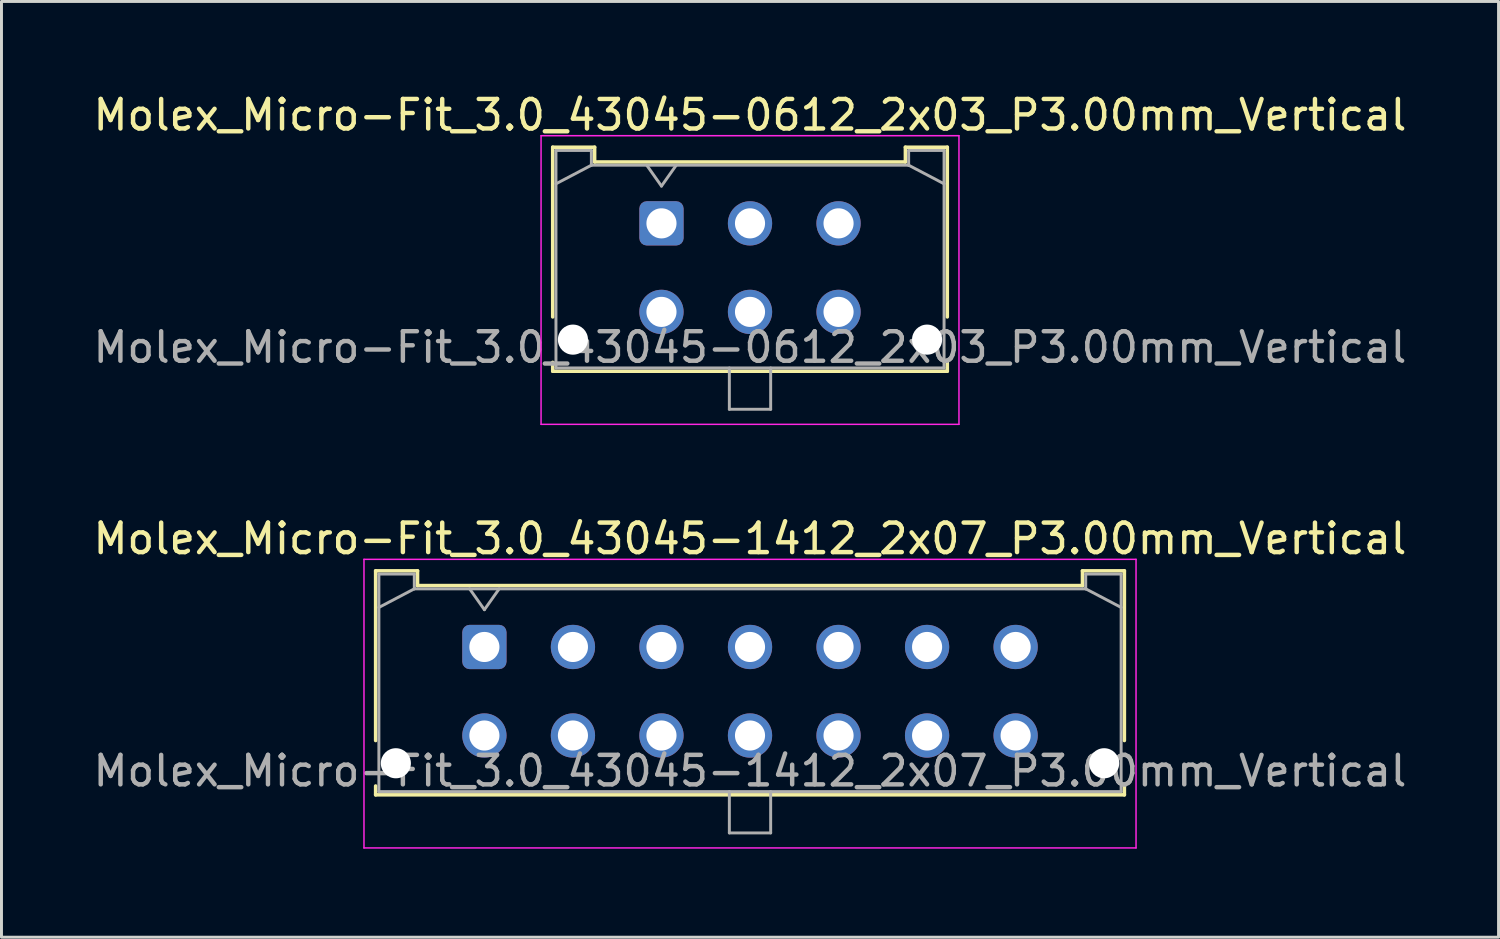
<source format=kicad_pcb>
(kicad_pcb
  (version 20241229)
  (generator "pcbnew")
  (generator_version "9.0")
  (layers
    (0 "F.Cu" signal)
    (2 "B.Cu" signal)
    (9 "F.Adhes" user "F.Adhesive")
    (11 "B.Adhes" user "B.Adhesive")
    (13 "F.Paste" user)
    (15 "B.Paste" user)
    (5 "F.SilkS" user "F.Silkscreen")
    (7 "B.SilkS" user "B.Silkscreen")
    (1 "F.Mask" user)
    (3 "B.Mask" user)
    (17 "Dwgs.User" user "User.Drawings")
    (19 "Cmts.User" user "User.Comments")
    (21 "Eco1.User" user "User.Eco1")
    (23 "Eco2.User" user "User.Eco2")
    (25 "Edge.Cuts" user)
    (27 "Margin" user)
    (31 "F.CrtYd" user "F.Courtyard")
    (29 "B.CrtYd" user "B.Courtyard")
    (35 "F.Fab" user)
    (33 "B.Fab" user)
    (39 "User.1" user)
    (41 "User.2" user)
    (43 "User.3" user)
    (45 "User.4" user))
  (footprint "Molex_Micro-Fit_3.0_43045-0612_2x03_P3.00mm_Vertical"
    (layer "F.Cu")
    (at 19.363 4.518)
    (property "Reference" "Molex_Micro-Fit_3.0_43045-0612_2x03_P3.00mm_Vertical" (at 3 -3.67 0) (layer "F.SilkS") (effects (font (size 1 1) (thickness 0.15))))
    (attr through_hole)
    (fp_line (start -3.685 -2.58) (end -2.265 -2.58) (stroke (width 0.12) (type solid)) (layer "F.SilkS"))
    (fp_line (start -3.685 3.17) (end -3.685 -2.58) (stroke (width 0.12) (type solid)) (layer "F.SilkS"))
    (fp_line (start -3.685 4.71) (end -3.685 5.01) (stroke (width 0.12) (type solid)) (layer "F.SilkS"))
    (fp_line (start -3.685 5.01) (end 9.685 5.01) (stroke (width 0.12) (type solid)) (layer "F.SilkS"))
    (fp_line (start -2.265 -2.58) (end -2.265 -2.08) (stroke (width 0.12) (type solid)) (layer "F.SilkS"))
    (fp_line (start -2.265 -2.08) (end 8.265 -2.08) (stroke (width 0.12) (type solid)) (layer "F.SilkS"))
    (fp_line (start 8.265 -2.58) (end 9.685 -2.58) (stroke (width 0.12) (type solid)) (layer "F.SilkS"))
    (fp_line (start 8.265 -2.08) (end 8.265 -2.58) (stroke (width 0.12) (type solid)) (layer "F.SilkS"))
    (fp_line (start 9.685 -2.58) (end 9.685 3.17) (stroke (width 0.12) (type solid)) (layer "F.SilkS"))
    (fp_line (start 9.685 5.01) (end 9.685 4.71) (stroke (width 0.12) (type solid)) (layer "F.SilkS"))
    (fp_line (start -4.08 -2.97) (end 10.08 -2.97) (stroke (width 0.05) (type solid)) (layer "F.CrtYd"))
    (fp_line (start -4.08 6.81) (end -4.08 -2.97) (stroke (width 0.05) (type solid)) (layer "F.CrtYd"))
    (fp_line (start 10.08 -2.97) (end 10.08 6.81) (stroke (width 0.05) (type solid)) (layer "F.CrtYd"))
    (fp_line (start 10.08 6.81) (end -4.08 6.81) (stroke (width 0.05) (type solid)) (layer "F.CrtYd"))
    (fp_line (start -3.575 -2.47) (end -3.575 4.9) (stroke (width 0.1) (type solid)) (layer "F.Fab"))
    (fp_line (start -3.575 -1.34) (end -2.375 -1.97) (stroke (width 0.1) (type solid)) (layer "F.Fab"))
    (fp_line (start -3.575 4.9) (end 9.575 4.9) (stroke (width 0.1) (type solid)) (layer "F.Fab"))
    (fp_line (start -2.375 -2.47) (end -3.575 -2.47) (stroke (width 0.1) (type solid)) (layer "F.Fab"))
    (fp_line (start -2.375 -1.97) (end -2.375 -2.47) (stroke (width 0.1) (type solid)) (layer "F.Fab"))
    (fp_line (start -0.5 -1.97) (end 0 -1.263) (stroke (width 0.1) (type solid)) (layer "F.Fab"))
    (fp_line (start 0 -1.263) (end 0.5 -1.97) (stroke (width 0.1) (type solid)) (layer "F.Fab"))
    (fp_line (start 2.3 4.9) (end 2.3 6.3) (stroke (width 0.1) (type solid)) (layer "F.Fab"))
    (fp_line (start 2.3 6.3) (end 3.7 6.3) (stroke (width 0.1) (type solid)) (layer "F.Fab"))
    (fp_line (start 3.7 6.3) (end 3.7 4.9) (stroke (width 0.1) (type solid)) (layer "F.Fab"))
    (fp_line (start 8.375 -2.47) (end 8.375 -1.97) (stroke (width 0.1) (type solid)) (layer "F.Fab"))
    (fp_line (start 8.375 -1.97) (end -2.375 -1.97) (stroke (width 0.1) (type solid)) (layer "F.Fab"))
    (fp_line (start 9.575 -2.47) (end 8.375 -2.47) (stroke (width 0.1) (type solid)) (layer "F.Fab"))
    (fp_line (start 9.575 -1.34) (end 8.375 -1.97) (stroke (width 0.1) (type solid)) (layer "F.Fab"))
    (fp_line (start 9.575 4.9) (end 9.575 -2.47) (stroke (width 0.1) (type solid)) (layer "F.Fab"))
    (fp_text user "${REFERENCE}" (at 3 4.2 0) (layer "F.Fab") (effects (font (size 1 1) (thickness 0.15))))
    (pad "" np_thru_hole circle (at -3 3.94) (size 1.02 1.02) (drill 1.02) (layers "*.Cu" "*.Mask"))
    (pad "" np_thru_hole circle (at 9 3.94) (size 1.02 1.02) (drill 1.02) (layers "*.Cu" "*.Mask"))
    (pad "1" thru_hole roundrect (at 0 0) (size 1.5 1.5) (drill 1.02) (layers "*.Cu" "*.Mask") (roundrect_rratio 0.167))
    (pad "2" thru_hole circle (at 3 0) (size 1.5 1.5) (drill 1.02) (layers "*.Cu" "*.Mask"))
    (pad "3" thru_hole circle (at 6 0) (size 1.5 1.5) (drill 1.02) (layers "*.Cu" "*.Mask"))
    (pad "4" thru_hole circle (at 0 3) (size 1.5 1.5) (drill 1.02) (layers "*.Cu" "*.Mask"))
    (pad "5" thru_hole circle (at 3 3) (size 1.5 1.5) (drill 1.02) (layers "*.Cu" "*.Mask"))
    (pad "6" thru_hole circle (at 6 3) (size 1.5 1.5) (drill 1.02) (layers "*.Cu" "*.Mask")))
  (footprint "Molex_Micro-Fit_3.0_43045-1412_2x07_P3.00mm_Vertical"
    (layer "F.Cu")
    (at 13.363 18.872)
    (property "Reference" "Molex_Micro-Fit_3.0_43045-1412_2x07_P3.00mm_Vertical" (at 9 -3.67 0) (layer "F.SilkS") (effects (font (size 1 1) (thickness 0.15))))
    (attr through_hole)
    (fp_line (start -3.685 -2.58) (end -2.265 -2.58) (stroke (width 0.12) (type solid)) (layer "F.SilkS"))
    (fp_line (start -3.685 3.17) (end -3.685 -2.58) (stroke (width 0.12) (type solid)) (layer "F.SilkS"))
    (fp_line (start -3.685 4.71) (end -3.685 5.01) (stroke (width 0.12) (type solid)) (layer "F.SilkS"))
    (fp_line (start -3.685 5.01) (end 21.685 5.01) (stroke (width 0.12) (type solid)) (layer "F.SilkS"))
    (fp_line (start -2.265 -2.58) (end -2.265 -2.08) (stroke (width 0.12) (type solid)) (layer "F.SilkS"))
    (fp_line (start -2.265 -2.08) (end 20.265 -2.08) (stroke (width 0.12) (type solid)) (layer "F.SilkS"))
    (fp_line (start 20.265 -2.58) (end 21.685 -2.58) (stroke (width 0.12) (type solid)) (layer "F.SilkS"))
    (fp_line (start 20.265 -2.08) (end 20.265 -2.58) (stroke (width 0.12) (type solid)) (layer "F.SilkS"))
    (fp_line (start 21.685 -2.58) (end 21.685 3.17) (stroke (width 0.12) (type solid)) (layer "F.SilkS"))
    (fp_line (start 21.685 5.01) (end 21.685 4.71) (stroke (width 0.12) (type solid)) (layer "F.SilkS"))
    (fp_line (start -4.08 -2.97) (end 22.08 -2.97) (stroke (width 0.05) (type solid)) (layer "F.CrtYd"))
    (fp_line (start -4.08 6.81) (end -4.08 -2.97) (stroke (width 0.05) (type solid)) (layer "F.CrtYd"))
    (fp_line (start 22.08 -2.97) (end 22.08 6.81) (stroke (width 0.05) (type solid)) (layer "F.CrtYd"))
    (fp_line (start 22.08 6.81) (end -4.08 6.81) (stroke (width 0.05) (type solid)) (layer "F.CrtYd"))
    (fp_line (start -3.575 -2.47) (end -3.575 4.9) (stroke (width 0.1) (type solid)) (layer "F.Fab"))
    (fp_line (start -3.575 -1.34) (end -2.375 -1.97) (stroke (width 0.1) (type solid)) (layer "F.Fab"))
    (fp_line (start -3.575 4.9) (end 21.575 4.9) (stroke (width 0.1) (type solid)) (layer "F.Fab"))
    (fp_line (start -2.375 -2.47) (end -3.575 -2.47) (stroke (width 0.1) (type solid)) (layer "F.Fab"))
    (fp_line (start -2.375 -1.97) (end -2.375 -2.47) (stroke (width 0.1) (type solid)) (layer "F.Fab"))
    (fp_line (start -0.5 -1.97) (end 0 -1.263) (stroke (width 0.1) (type solid)) (layer "F.Fab"))
    (fp_line (start 0 -1.263) (end 0.5 -1.97) (stroke (width 0.1) (type solid)) (layer "F.Fab"))
    (fp_line (start 8.3 4.9) (end 8.3 6.3) (stroke (width 0.1) (type solid)) (layer "F.Fab"))
    (fp_line (start 8.3 6.3) (end 9.7 6.3) (stroke (width 0.1) (type solid)) (layer "F.Fab"))
    (fp_line (start 9.7 6.3) (end 9.7 4.9) (stroke (width 0.1) (type solid)) (layer "F.Fab"))
    (fp_line (start 20.375 -2.47) (end 20.375 -1.97) (stroke (width 0.1) (type solid)) (layer "F.Fab"))
    (fp_line (start 20.375 -1.97) (end -2.375 -1.97) (stroke (width 0.1) (type solid)) (layer "F.Fab"))
    (fp_line (start 21.575 -2.47) (end 20.375 -2.47) (stroke (width 0.1) (type solid)) (layer "F.Fab"))
    (fp_line (start 21.575 -1.34) (end 20.375 -1.97) (stroke (width 0.1) (type solid)) (layer "F.Fab"))
    (fp_line (start 21.575 4.9) (end 21.575 -2.47) (stroke (width 0.1) (type solid)) (layer "F.Fab"))
    (fp_text user "${REFERENCE}" (at 9 4.2 0) (layer "F.Fab") (effects (font (size 1 1) (thickness 0.15))))
    (pad "" np_thru_hole circle (at -3 3.94) (size 1.02 1.02) (drill 1.02) (layers "*.Cu" "*.Mask"))
    (pad "" np_thru_hole circle (at 21 3.94) (size 1.02 1.02) (drill 1.02) (layers "*.Cu" "*.Mask"))
    (pad "1" thru_hole roundrect (at 0 0) (size 1.5 1.5) (drill 1.02) (layers "*.Cu" "*.Mask") (roundrect_rratio 0.167))
    (pad "2" thru_hole circle (at 3 0) (size 1.5 1.5) (drill 1.02) (layers "*.Cu" "*.Mask"))
    (pad "3" thru_hole circle (at 6 0) (size 1.5 1.5) (drill 1.02) (layers "*.Cu" "*.Mask"))
    (pad "4" thru_hole circle (at 9 0) (size 1.5 1.5) (drill 1.02) (layers "*.Cu" "*.Mask"))
    (pad "5" thru_hole circle (at 12 0) (size 1.5 1.5) (drill 1.02) (layers "*.Cu" "*.Mask"))
    (pad "6" thru_hole circle (at 15 0) (size 1.5 1.5) (drill 1.02) (layers "*.Cu" "*.Mask"))
    (pad "7" thru_hole circle (at 18 0) (size 1.5 1.5) (drill 1.02) (layers "*.Cu" "*.Mask"))
    (pad "8" thru_hole circle (at 0 3) (size 1.5 1.5) (drill 1.02) (layers "*.Cu" "*.Mask"))
    (pad "9" thru_hole circle (at 3 3) (size 1.5 1.5) (drill 1.02) (layers "*.Cu" "*.Mask"))
    (pad "10" thru_hole circle (at 6 3) (size 1.5 1.5) (drill 1.02) (layers "*.Cu" "*.Mask"))
    (pad "11" thru_hole circle (at 9 3) (size 1.5 1.5) (drill 1.02) (layers "*.Cu" "*.Mask"))
    (pad "12" thru_hole circle (at 12 3) (size 1.5 1.5) (drill 1.02) (layers "*.Cu" "*.Mask"))
    (pad "13" thru_hole circle (at 15 3) (size 1.5 1.5) (drill 1.02) (layers "*.Cu" "*.Mask"))
    (pad "14" thru_hole circle (at 18 3) (size 1.5 1.5) (drill 1.02) (layers "*.Cu" "*.Mask")))
  (gr_rect
    (start -3 -3)
    (end 47.726 28.706)
    (stroke (width 0.1) (type default))
    (fill no)
    (layer "Edge.Cuts")))
</source>
